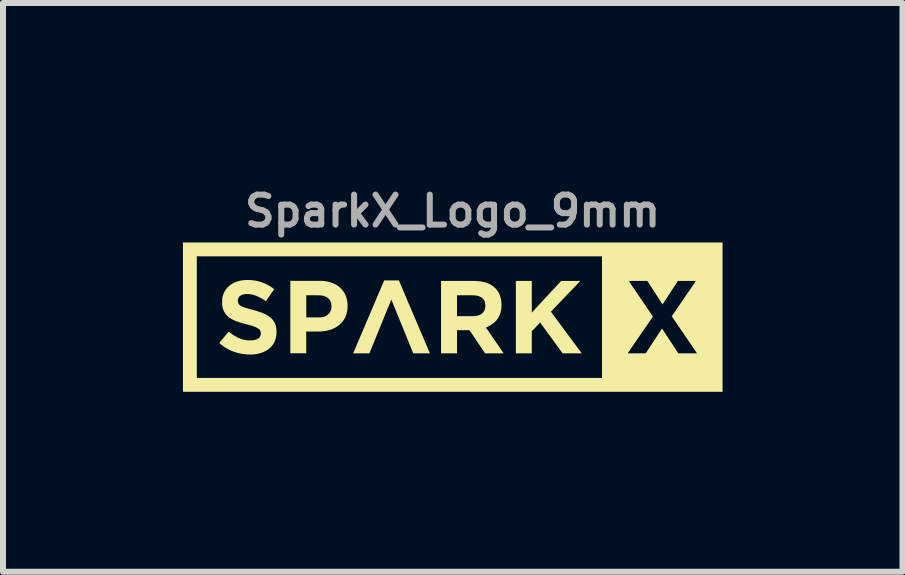
<source format=kicad_pcb>
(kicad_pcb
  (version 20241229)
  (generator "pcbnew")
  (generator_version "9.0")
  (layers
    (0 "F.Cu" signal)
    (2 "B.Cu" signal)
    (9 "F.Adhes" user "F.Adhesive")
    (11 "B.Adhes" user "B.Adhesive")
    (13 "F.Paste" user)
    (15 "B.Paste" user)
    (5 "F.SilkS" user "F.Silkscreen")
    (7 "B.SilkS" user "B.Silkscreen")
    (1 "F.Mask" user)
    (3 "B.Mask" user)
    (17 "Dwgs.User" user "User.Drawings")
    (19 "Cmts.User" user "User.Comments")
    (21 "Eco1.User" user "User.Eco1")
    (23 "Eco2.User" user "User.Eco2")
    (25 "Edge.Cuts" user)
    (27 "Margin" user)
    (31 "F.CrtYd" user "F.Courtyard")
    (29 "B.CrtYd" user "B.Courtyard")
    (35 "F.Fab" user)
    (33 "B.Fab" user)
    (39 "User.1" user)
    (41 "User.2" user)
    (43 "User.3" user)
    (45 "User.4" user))
  (footprint "SparkX_Logo_9mm"
    (layer "F.Cu")
    (at 4.496 2.218)
    (property "Reference" "SparkX_Logo_9mm" (at 0 -1.75 0) (layer "F.Fab") (effects (font (size 0.5 0.5) (thickness 0.1))))
    (attr board_only exclude_from_pos_files exclude_from_bom)
    (fp_poly (pts (xy -0.379 0.622) (xy -0.657 0.622) (xy -0.836 0.182) (xy -1.022 -0.274) (xy -1.387 0.622) (xy -1.658 0.622) (xy -1.141 -0.593) (xy -0.896 -0.593)) (stroke (width 0) (type solid)) (fill yes) (layer "F.SilkS"))
    (fp_poly (pts (xy 1.32 -0.057) (xy 1.809 -0.584) (xy 2.129 -0.584) (xy 1.638 -0.072) (xy 2.152 0.622) (xy 1.833 0.622) (xy 1.459 0.109) (xy 1.32 0.254) (xy 1.32 0.622) (xy 1.054 0.622) (xy 1.054 -0.584) (xy 1.32 -0.584)) (stroke (width 0) (type solid)) (fill yes) (layer "F.SilkS"))
    (fp_poly (pts (xy 4.5 1.264) (xy -4.496 1.264) (xy -4.496 -0.995) (xy -4.265 -0.995) (xy -4.265 1.033) (xy 2.49 1.033) (xy 2.49 0.622) (xy 2.918 0.622) (xy 3.219 0.622) (xy 3.491 0.209) (xy 3.762 0.622) (xy 4.074 0.622) (xy 3.653 0.005) (xy 4.056 -0.584) (xy 3.755 -0.584) (xy 3.5 -0.193) (xy 3.246 -0.584) (xy 2.936 -0.584) (xy 3.339 0.009) (xy 2.918 0.622) (xy 2.49 0.622) (xy 2.49 -0.995) (xy -4.265 -0.995) (xy -4.496 -0.995) (xy -4.496 -1.226) (xy 4.5 -1.226)) (stroke (width 0) (type solid)) (fill yes) (layer "F.SilkS"))
    (fp_poly (pts (xy 0.386 -0.584) (xy 0.411 -0.582) (xy 0.436 -0.58) (xy 0.461 -0.577) (xy 0.484 -0.574) (xy 0.507 -0.569) (xy 0.529 -0.564) (xy 0.551 -0.558) (xy 0.571 -0.551) (xy 0.591 -0.543) (xy 0.61 -0.534) (xy 0.629 -0.525) (xy 0.646 -0.514) (xy 0.663 -0.503) (xy 0.679 -0.491) (xy 0.694 -0.479) (xy 0.709 -0.465) (xy 0.723 -0.451) (xy 0.735 -0.436) (xy 0.747 -0.421) (xy 0.758 -0.405) (xy 0.768 -0.388) (xy 0.776 -0.371) (xy 0.784 -0.353) (xy 0.791 -0.334) (xy 0.797 -0.315) (xy 0.803 -0.295) (xy 0.807 -0.274) (xy 0.81 -0.253) (xy 0.812 -0.231) (xy 0.814 -0.209) (xy 0.814 -0.185) (xy 0.814 -0.182) (xy 0.814 -0.164) (xy 0.813 -0.146) (xy 0.812 -0.129) (xy 0.81 -0.112) (xy 0.807 -0.096) (xy 0.804 -0.08) (xy 0.8 -0.064) (xy 0.796 -0.049) (xy 0.791 -0.034) (xy 0.786 -0.02) (xy 0.78 -0.006) (xy 0.774 0.007) (xy 0.767 0.02) (xy 0.759 0.033) (xy 0.751 0.045) (xy 0.742 0.057) (xy 0.733 0.068) (xy 0.724 0.079) (xy 0.714 0.089) (xy 0.704 0.099) (xy 0.693 0.109) (xy 0.682 0.119) (xy 0.671 0.128) (xy 0.66 0.136) (xy 0.648 0.144) (xy 0.636 0.152) (xy 0.623 0.16) (xy 0.61 0.167) (xy 0.597 0.174) (xy 0.583 0.18) (xy 0.569 0.186) (xy 0.555 0.192) (xy 0.85 0.622) (xy 0.54 0.622) (xy 0.282 0.237) (xy 0.073 0.237) (xy 0.073 0.622) (xy -0.193 0.622) (xy -0.193 -0.345) (xy 0.073 -0.345) (xy 0.073 0.002) (xy 0.342 0.002) (xy 0.354 0.002) (xy 0.366 0.001) (xy 0.377 0.000009) (xy 0.388 -0.001) (xy 0.399 -0.003) (xy 0.409 -0.005) (xy 0.419 -0.007) (xy 0.429 -0.01) (xy 0.438 -0.013) (xy 0.447 -0.017) (xy 0.456 -0.021) (xy 0.464 -0.025) (xy 0.472 -0.029) (xy 0.479 -0.034) (xy 0.486 -0.04) (xy 0.493 -0.045) (xy 0.499 -0.051) (xy 0.505 -0.057) (xy 0.511 -0.064) (xy 0.516 -0.071) (xy 0.521 -0.077) (xy 0.525 -0.085) (xy 0.529 -0.092) (xy 0.532 -0.1) (xy 0.535 -0.108) (xy 0.538 -0.116) (xy 0.54 -0.124) (xy 0.542 -0.133) (xy 0.543 -0.141) (xy 0.544 -0.15) (xy 0.545 -0.16) (xy 0.545 -0.169) (xy 0.545 -0.172) (xy 0.545 -0.183) (xy 0.544 -0.193) (xy 0.543 -0.203) (xy 0.542 -0.212) (xy 0.54 -0.222) (xy 0.538 -0.231) (xy 0.535 -0.239) (xy 0.532 -0.247) (xy 0.528 -0.255) (xy 0.524 -0.263) (xy 0.519 -0.27) (xy 0.514 -0.277) (xy 0.509 -0.284) (xy 0.503 -0.29) (xy 0.497 -0.296) (xy 0.49 -0.301) (xy 0.483 -0.307) (xy 0.476 -0.312) (xy 0.468 -0.316) (xy 0.46 -0.32) (xy 0.451 -0.324) (xy 0.443 -0.328) (xy 0.434 -0.331) (xy 0.424 -0.334) (xy 0.414 -0.336) (xy 0.404 -0.339) (xy 0.394 -0.34) (xy 0.383 -0.342) (xy 0.372 -0.343) (xy 0.36 -0.344) (xy 0.349 -0.344) (xy 0.336 -0.345) (xy 0.073 -0.345) (xy -0.193 -0.345) (xy -0.193 -0.584) (xy 0.359 -0.584)) (stroke (width 0) (type solid)) (fill yes) (layer "F.SilkS"))
    (fp_poly (pts (xy -2.2 -0.586) (xy -2.186 -0.585) (xy -2.173 -0.585) (xy -2.16 -0.584) (xy -2.147 -0.583) (xy -2.135 -0.581) (xy -2.122 -0.58) (xy -2.11 -0.578) (xy -2.098 -0.576) (xy -2.086 -0.574) (xy -2.074 -0.571) (xy -2.063 -0.568) (xy -2.052 -0.565) (xy -2.04 -0.562) (xy -2.03 -0.559) (xy -2.019 -0.555) (xy -2.008 -0.551) (xy -1.998 -0.547) (xy -1.988 -0.543) (xy -1.978 -0.538) (xy -1.968 -0.534) (xy -1.959 -0.529) (xy -1.949 -0.524) (xy -1.94 -0.519) (xy -1.931 -0.513) (xy -1.922 -0.508) (xy -1.914 -0.502) (xy -1.905 -0.496) (xy -1.897 -0.49) (xy -1.889 -0.483) (xy -1.882 -0.477) (xy -1.874 -0.47) (xy -1.867 -0.463) (xy -1.859 -0.456) (xy -1.852 -0.448) (xy -1.846 -0.441) (xy -1.839 -0.433) (xy -1.833 -0.425) (xy -1.827 -0.417) (xy -1.821 -0.409) (xy -1.815 -0.401) (xy -1.81 -0.392) (xy -1.805 -0.383) (xy -1.8 -0.375) (xy -1.795 -0.366) (xy -1.791 -0.356) (xy -1.786 -0.347) (xy -1.782 -0.337) (xy -1.778 -0.328) (xy -1.775 -0.318) (xy -1.772 -0.308) (xy -1.769 -0.298) (xy -1.766 -0.288) (xy -1.763 -0.277) (xy -1.761 -0.267) (xy -1.759 -0.256) (xy -1.757 -0.246) (xy -1.755 -0.235) (xy -1.754 -0.224) (xy -1.753 -0.213) (xy -1.752 -0.202) (xy -1.751 -0.19) (xy -1.751 -0.179) (xy -1.751 -0.167) (xy -1.751 -0.164) (xy -1.752 -0.166) (xy -1.752 -0.153) (xy -1.752 -0.14) (xy -1.753 -0.127) (xy -1.754 -0.115) (xy -1.755 -0.102) (xy -1.757 -0.09) (xy -1.759 -0.079) (xy -1.761 -0.067) (xy -1.764 -0.056) (xy -1.766 -0.044) (xy -1.769 -0.033) (xy -1.773 -0.023) (xy -1.777 -0.012) (xy -1.781 -0.001) (xy -1.785 0.009) (xy -1.789 0.019) (xy -1.794 0.029) (xy -1.799 0.038) (xy -1.805 0.048) (xy -1.81 0.057) (xy -1.816 0.066) (xy -1.822 0.075) (xy -1.828 0.083) (xy -1.835 0.092) (xy -1.841 0.1) (xy -1.848 0.108) (xy -1.855 0.116) (xy -1.862 0.123) (xy -1.87 0.131) (xy -1.878 0.138) (xy -1.886 0.145) (xy -1.894 0.152) (xy -1.902 0.158) (xy -1.911 0.165) (xy -1.919 0.171) (xy -1.928 0.177) (xy -1.937 0.182) (xy -1.946 0.188) (xy -1.956 0.193) (xy -1.965 0.198) (xy -1.975 0.203) (xy -1.985 0.208) (xy -1.995 0.213) (xy -2.005 0.217) (xy -2.016 0.221) (xy -2.027 0.225) (xy -2.037 0.229) (xy -2.049 0.232) (xy -2.071 0.238) (xy -2.094 0.244) (xy -2.117 0.248) (xy -2.141 0.252) (xy -2.165 0.255) (xy -2.189 0.257) (xy -2.214 0.259) (xy -2.239 0.259) (xy -2.441 0.259) (xy -2.441 0.621) (xy -2.706 0.621) (xy -2.706 -0.345) (xy -2.44 -0.345) (xy -2.44 0.024) (xy -2.229 0.024) (xy -2.217 0.024) (xy -2.205 0.023) (xy -2.194 0.022) (xy -2.182 0.021) (xy -2.171 0.019) (xy -2.161 0.017) (xy -2.151 0.014) (xy -2.141 0.011) (xy -2.131 0.008) (xy -2.122 0.004) (xy -2.113 -0.000334) (xy -2.105 -0.005) (xy -2.097 -0.01) (xy -2.089 -0.016) (xy -2.082 -0.022) (xy -2.075 -0.028) (xy -2.068 -0.035) (xy -2.062 -0.042) (xy -2.056 -0.049) (xy -2.05 -0.056) (xy -2.046 -0.063) (xy -2.041 -0.071) (xy -2.037 -0.079) (xy -2.033 -0.087) (xy -2.03 -0.095) (xy -2.027 -0.104) (xy -2.025 -0.113) (xy -2.023 -0.121) (xy -2.022 -0.13) (xy -2.021 -0.14) (xy -2.02 -0.149) (xy -2.02 -0.158) (xy -2.02 -0.162) (xy -2.02 -0.173) (xy -2.021 -0.184) (xy -2.022 -0.194) (xy -2.023 -0.204) (xy -2.025 -0.214) (xy -2.028 -0.223) (xy -2.031 -0.232) (xy -2.034 -0.241) (xy -2.038 -0.249) (xy -2.042 -0.257) (xy -2.047 -0.265) (xy -2.052 -0.272) (xy -2.058 -0.279) (xy -2.064 -0.286) (xy -2.07 -0.292) (xy -2.077 -0.298) (xy -2.085 -0.304) (xy -2.092 -0.309) (xy -2.1 -0.314) (xy -2.108 -0.318) (xy -2.117 -0.323) (xy -2.126 -0.327) (xy -2.136 -0.33) (xy -2.145 -0.333) (xy -2.155 -0.336) (xy -2.166 -0.338) (xy -2.176 -0.34) (xy -2.187 -0.342) (xy -2.199 -0.343) (xy -2.21 -0.344) (xy -2.222 -0.344) (xy -2.235 -0.345) (xy -2.44 -0.345) (xy -2.706 -0.345) (xy -2.706 -0.586) (xy -2.213 -0.586)) (stroke (width 0) (type solid)) (fill yes) (layer "F.SilkS"))
    (fp_poly (pts (xy -3.407 -0.6) (xy -3.39 -0.6) (xy -3.374 -0.599) (xy -3.358 -0.598) (xy -3.342 -0.596) (xy -3.327 -0.595) (xy -3.311 -0.592) (xy -3.296 -0.59) (xy -3.281 -0.588) (xy -3.266 -0.585) (xy -3.251 -0.581) (xy -3.236 -0.578) (xy -3.222 -0.574) (xy -3.207 -0.57) (xy -3.193 -0.565) (xy -3.179 -0.561) (xy -3.166 -0.556) (xy -3.152 -0.55) (xy -3.138 -0.545) (xy -3.125 -0.539) (xy -3.112 -0.533) (xy -3.099 -0.526) (xy -3.086 -0.52) (xy -3.073 -0.513) (xy -3.06 -0.505) (xy -3.048 -0.498) (xy -3.035 -0.49) (xy -3.023 -0.482) (xy -3.011 -0.474) (xy -2.999 -0.465) (xy -2.987 -0.456) (xy -2.975 -0.447) (xy -3.113 -0.247) (xy -3.133 -0.261) (xy -3.153 -0.274) (xy -3.173 -0.286) (xy -3.193 -0.297) (xy -3.213 -0.307) (xy -3.232 -0.317) (xy -3.252 -0.326) (xy -3.271 -0.335) (xy -3.281 -0.339) (xy -3.29 -0.342) (xy -3.3 -0.345) (xy -3.31 -0.348) (xy -3.319 -0.351) (xy -3.329 -0.354) (xy -3.339 -0.356) (xy -3.349 -0.358) (xy -3.358 -0.36) (xy -3.368 -0.362) (xy -3.378 -0.363) (xy -3.387 -0.364) (xy -3.397 -0.365) (xy -3.407 -0.366) (xy -3.416 -0.366) (xy -3.426 -0.366) (xy -3.435 -0.366) (xy -3.445 -0.366) (xy -3.453 -0.365) (xy -3.462 -0.364) (xy -3.47 -0.363) (xy -3.478 -0.362) (xy -3.486 -0.36) (xy -3.493 -0.358) (xy -3.5 -0.356) (xy -3.507 -0.354) (xy -3.514 -0.352) (xy -3.52 -0.349) (xy -3.526 -0.346) (xy -3.532 -0.343) (xy -3.537 -0.339) (xy -3.542 -0.336) (xy -3.547 -0.332) (xy -3.551 -0.328) (xy -3.555 -0.324) (xy -3.559 -0.32) (xy -3.562 -0.316) (xy -3.566 -0.311) (xy -3.569 -0.307) (xy -3.571 -0.302) (xy -3.573 -0.297) (xy -3.575 -0.292) (xy -3.577 -0.287) (xy -3.578 -0.282) (xy -3.579 -0.277) (xy -3.58 -0.272) (xy -3.58 -0.267) (xy -3.581 -0.261) (xy -3.581 -0.257) (xy -3.581 -0.254) (xy -3.58 -0.25) (xy -3.58 -0.247) (xy -3.58 -0.243) (xy -3.58 -0.24) (xy -3.579 -0.236) (xy -3.579 -0.233) (xy -3.578 -0.23) (xy -3.577 -0.227) (xy -3.576 -0.223) (xy -3.576 -0.22) (xy -3.575 -0.217) (xy -3.573 -0.214) (xy -3.572 -0.212) (xy -3.571 -0.209) (xy -3.57 -0.206) (xy -3.568 -0.203) (xy -3.567 -0.201) (xy -3.565 -0.198) (xy -3.563 -0.196) (xy -3.561 -0.193) (xy -3.559 -0.191) (xy -3.557 -0.188) (xy -3.554 -0.186) (xy -3.552 -0.183) (xy -3.549 -0.181) (xy -3.546 -0.179) (xy -3.543 -0.176) (xy -3.54 -0.174) (xy -3.536 -0.172) (xy -3.533 -0.17) (xy -3.529 -0.167) (xy -3.522 -0.163) (xy -3.513 -0.159) (xy -3.504 -0.155) (xy -3.495 -0.151) (xy -3.484 -0.147) (xy -3.473 -0.143) (xy -3.462 -0.139) (xy -3.449 -0.135) (xy -3.391 -0.118) (xy -3.358 -0.109) (xy -3.321 -0.099) (xy -3.298 -0.093) (xy -3.276 -0.087) (xy -3.255 -0.08) (xy -3.234 -0.073) (xy -3.214 -0.067) (xy -3.194 -0.06) (xy -3.175 -0.052) (xy -3.157 -0.045) (xy -3.148 -0.041) (xy -3.139 -0.037) (xy -3.131 -0.033) (xy -3.122 -0.029) (xy -3.114 -0.025) (xy -3.106 -0.021) (xy -3.099 -0.017) (xy -3.091 -0.012) (xy -3.083 -0.008) (xy -3.076 -0.003) (xy -3.069 0.002) (xy -3.062 0.007) (xy -3.055 0.012) (xy -3.049 0.017) (xy -3.043 0.022) (xy -3.036 0.027) (xy -3.03 0.032) (xy -3.024 0.038) (xy -3.019 0.043) (xy -3.013 0.049) (xy -3.008 0.055) (xy -3.003 0.06) (xy -2.998 0.067) (xy -2.993 0.073) (xy -2.988 0.079) (xy -2.984 0.085) (xy -2.98 0.092) (xy -2.976 0.098) (xy -2.972 0.105) (xy -2.968 0.112) (xy -2.965 0.119) (xy -2.962 0.126) (xy -2.959 0.133) (xy -2.956 0.14) (xy -2.953 0.148) (xy -2.951 0.156) (xy -2.948 0.163) (xy -2.946 0.171) (xy -2.944 0.18) (xy -2.943 0.188) (xy -2.941 0.197) (xy -2.94 0.205) (xy -2.939 0.214) (xy -2.938 0.223) (xy -2.937 0.233) (xy -2.937 0.242) (xy -2.936 0.262) (xy -2.936 0.269) (xy -2.937 0.28) (xy -2.937 0.291) (xy -2.938 0.302) (xy -2.938 0.312) (xy -2.94 0.323) (xy -2.941 0.333) (xy -2.943 0.343) (xy -2.945 0.353) (xy -2.947 0.363) (xy -2.949 0.373) (xy -2.952 0.382) (xy -2.955 0.392) (xy -2.958 0.401) (xy -2.961 0.41) (xy -2.965 0.419) (xy -2.969 0.428) (xy -2.973 0.437) (xy -2.977 0.445) (xy -2.982 0.453) (xy -2.987 0.461) (xy -2.992 0.469) (xy -2.997 0.477) (xy -3.002 0.485) (xy -3.008 0.492) (xy -3.014 0.499) (xy -3.02 0.506) (xy -3.026 0.513) (xy -3.032 0.52) (xy -3.039 0.527) (xy -3.046 0.533) (xy -3.053 0.539) (xy -3.06 0.545) (xy -3.067 0.551) (xy -3.075 0.557) (xy -3.083 0.562) (xy -3.091 0.567) (xy -3.099 0.572) (xy -3.107 0.577) (xy -3.115 0.582) (xy -3.124 0.586) (xy -3.133 0.591) (xy -3.142 0.595) (xy -3.151 0.599) (xy -3.16 0.603) (xy -3.17 0.607) (xy -3.179 0.61) (xy -3.189 0.614) (xy -3.199 0.617) (xy -3.22 0.623) (xy -3.241 0.628) (xy -3.262 0.633) (xy -3.284 0.636) (xy -3.307 0.639) (xy -3.33 0.641) (xy -3.354 0.642) (xy -3.378 0.642) (xy -3.395 0.642) (xy -3.413 0.641) (xy -3.43 0.641) (xy -3.447 0.639) (xy -3.464 0.638) (xy -3.481 0.635) (xy -3.498 0.633) (xy -3.515 0.63) (xy -3.532 0.627) (xy -3.549 0.623) (xy -3.566 0.62) (xy -3.582 0.615) (xy -3.599 0.611) (xy -3.616 0.606) (xy -3.632 0.6) (xy -3.649 0.595) (xy -3.665 0.588) (xy -3.682 0.582) (xy -3.698 0.575) (xy -3.714 0.568) (xy -3.729 0.56) (xy -3.745 0.552) (xy -3.76 0.543) (xy -3.776 0.535) (xy -3.791 0.525) (xy -3.805 0.516) (xy -3.82 0.505) (xy -3.834 0.495) (xy -3.849 0.484) (xy -3.863 0.473) (xy -3.876 0.461) (xy -3.89 0.449) (xy -3.734 0.261) (xy -3.713 0.277) (xy -3.692 0.293) (xy -3.671 0.308) (xy -3.65 0.321) (xy -3.628 0.334) (xy -3.607 0.346) (xy -3.585 0.358) (xy -3.574 0.363) (xy -3.564 0.368) (xy -3.553 0.373) (xy -3.541 0.377) (xy -3.53 0.381) (xy -3.519 0.385) (xy -3.507 0.389) (xy -3.496 0.392) (xy -3.484 0.395) (xy -3.472 0.397) (xy -3.46 0.4) (xy -3.448 0.402) (xy -3.436 0.404) (xy -3.424 0.405) (xy -3.411 0.406) (xy -3.398 0.407) (xy -3.386 0.407) (xy -3.373 0.407) (xy -3.363 0.407) (xy -3.353 0.407) (xy -3.343 0.406) (xy -3.333 0.405) (xy -3.324 0.404) (xy -3.316 0.403) (xy -3.307 0.401) (xy -3.299 0.4) (xy -3.291 0.398) (xy -3.284 0.395) (xy -3.276 0.393) (xy -3.269 0.39) (xy -3.263 0.387) (xy -3.256 0.384) (xy -3.25 0.38) (xy -3.244 0.377) (xy -3.239 0.373) (xy -3.233 0.369) (xy -3.229 0.365) (xy -3.224 0.36) (xy -3.22 0.356) (xy -3.216 0.351) (xy -3.213 0.346) (xy -3.21 0.341) (xy -3.207 0.336) (xy -3.205 0.33) (xy -3.203 0.325) (xy -3.201 0.319) (xy -3.2 0.313) (xy -3.199 0.306) (xy -3.198 0.3) (xy -3.198 0.293) (xy -3.198 0.29) (xy -3.198 0.286) (xy -3.198 0.283) (xy -3.199 0.28) (xy -3.199 0.277) (xy -3.199 0.274) (xy -3.2 0.271) (xy -3.2 0.268) (xy -3.201 0.265) (xy -3.202 0.262) (xy -3.202 0.26) (xy -3.203 0.257) (xy -3.204 0.254) (xy -3.205 0.251) (xy -3.206 0.249) (xy -3.207 0.246) (xy -3.208 0.244) (xy -3.209 0.241) (xy -3.211 0.239) (xy -3.212 0.237) (xy -3.214 0.234) (xy -3.216 0.232) (xy -3.218 0.23) (xy -3.22 0.227) (xy -3.222 0.225) (xy -3.224 0.223) (xy -3.227 0.22) (xy -3.229 0.218) (xy -3.232 0.216) (xy -3.235 0.213) (xy -3.238 0.211) (xy -3.241 0.209) (xy -3.244 0.207) (xy -3.251 0.203) (xy -3.259 0.199) (xy -3.267 0.194) (xy -3.276 0.19) (xy -3.286 0.186) (xy -3.296 0.181) (xy -3.307 0.177) (xy -3.319 0.173) (xy -3.331 0.168) (xy -3.344 0.164) (xy -3.358 0.159) (xy -3.373 0.155) (xy -3.406 0.146) (xy -3.442 0.137) (xy -3.465 0.131) (xy -3.487 0.125) (xy -3.509 0.119) (xy -3.53 0.112) (xy -3.55 0.106) (xy -3.57 0.1) (xy -3.59 0.093) (xy -3.609 0.086) (xy -3.627 0.079) (xy -3.644 0.071) (xy -3.653 0.067) (xy -3.661 0.063) (xy -3.669 0.059) (xy -3.677 0.055) (xy -3.685 0.051) (xy -3.693 0.046) (xy -3.7 0.042) (xy -3.707 0.037) (xy -3.714 0.033) (xy -3.721 0.028) (xy -3.728 0.023) (xy -3.734 0.018) (xy -3.741 0.013) (xy -3.747 0.007) (xy -3.753 0.002) (xy -3.759 -0.004) (xy -3.764 -0.009) (xy -3.77 -0.015) (xy -3.775 -0.021) (xy -3.78 -0.027) (xy -3.785 -0.034) (xy -3.79 -0.04) (xy -3.794 -0.047) (xy -3.799 -0.054) (xy -3.803 -0.061) (xy -3.807 -0.068) (xy -3.811 -0.075) (xy -3.815 -0.083) (xy -3.818 -0.091) (xy -3.821 -0.099) (xy -3.824 -0.107) (xy -3.827 -0.115) (xy -3.83 -0.124) (xy -3.832 -0.133) (xy -3.834 -0.142) (xy -3.836 -0.151) (xy -3.838 -0.16) (xy -3.839 -0.17) (xy -3.84 -0.18) (xy -3.841 -0.19) (xy -3.842 -0.201) (xy -3.843 -0.211) (xy -3.843 -0.222) (xy -3.843 -0.233) (xy -3.843 -0.237) (xy -3.843 -0.247) (xy -3.843 -0.257) (xy -3.842 -0.267) (xy -3.841 -0.277) (xy -3.84 -0.287) (xy -3.839 -0.297) (xy -3.838 -0.306) (xy -3.836 -0.316) (xy -3.834 -0.325) (xy -3.831 -0.334) (xy -3.829 -0.343) (xy -3.826 -0.352) (xy -3.823 -0.361) (xy -3.82 -0.369) (xy -3.816 -0.378) (xy -3.813 -0.386) (xy -3.809 -0.394) (xy -3.805 -0.402) (xy -3.8 -0.41) (xy -3.796 -0.418) (xy -3.791 -0.426) (xy -3.786 -0.433) (xy -3.781 -0.44) (xy -3.776 -0.448) (xy -3.77 -0.455) (xy -3.764 -0.462) (xy -3.759 -0.468) (xy -3.753 -0.475) (xy -3.746 -0.482) (xy -3.74 -0.488) (xy -3.733 -0.494) (xy -3.726 -0.5) (xy -3.719 -0.506) (xy -3.712 -0.512) (xy -3.705 -0.517) (xy -3.697 -0.523) (xy -3.689 -0.528) (xy -3.682 -0.533) (xy -3.673 -0.538) (xy -3.665 -0.543) (xy -3.657 -0.547) (xy -3.648 -0.552) (xy -3.639 -0.556) (xy -3.63 -0.56) (xy -3.621 -0.564) (xy -3.612 -0.567) (xy -3.603 -0.571) (xy -3.593 -0.574) (xy -3.574 -0.58) (xy -3.554 -0.585) (xy -3.533 -0.59) (xy -3.512 -0.594) (xy -3.491 -0.596) (xy -3.469 -0.598) (xy -3.446 -0.6) (xy -3.423 -0.6)) (stroke (width 0) (type solid)) (fill yes) (layer "F.SilkS")))
  (gr_rect
    (start -3 -3)
    (end 11.996 6.482)
    (stroke (width 0.1) (type default))
    (fill no)
    (layer "Edge.Cuts")))
</source>
